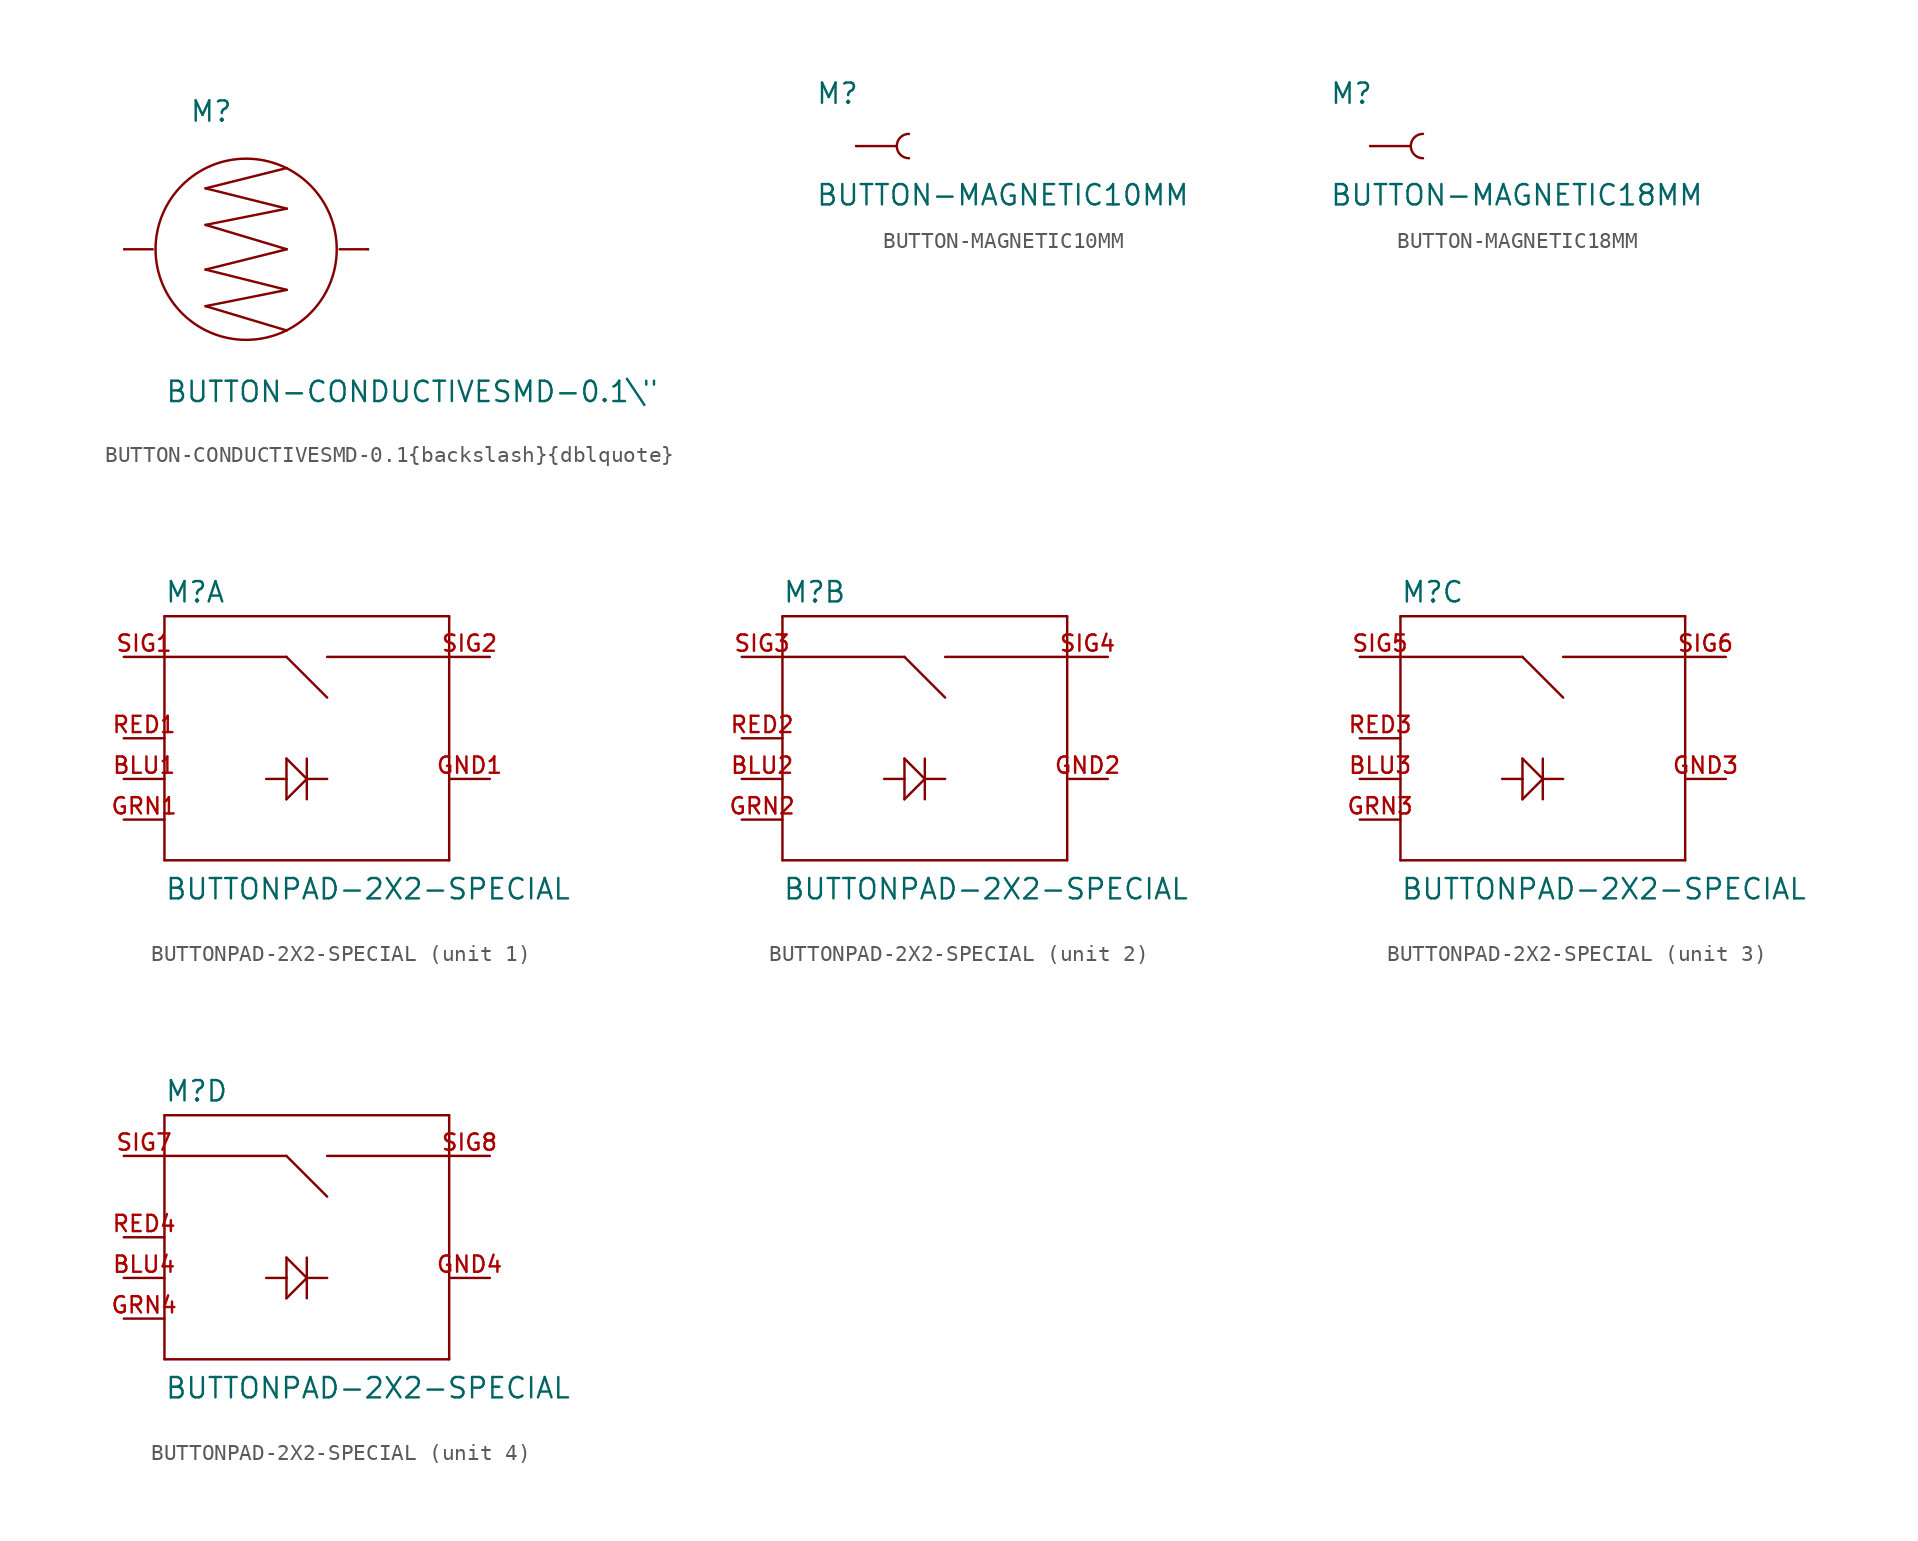
<source format=kicad_sym>
(kicad_symbol_lib
  (version 20211014)
  (generator kicad_symbol_editor)
  (symbol "BUTTON-CONDUCTIVESMD-0.1{backslash}{dblquote}"
    (pin_numbers hide)
    (pin_names
      (offset 1.016) hide)
    (property "Reference" "M"
      (at -3.556 7.874 0)
      (effects (font (size 1.27 1.27)) (justify left bottom)))
    (property "Value" "BUTTON-CONDUCTIVESMD-0.1{backslash}{dblquote}"
      (at -5.08 -9.652 0)
      (effects (font (size 1.27 1.27)) (justify left bottom)))
    (property "ki_locked" ""
      (at 0 0 0)
      (effects (font (size 1.27 1.27))))
    (symbol "BUTTON-CONDUCTIVESMD-0.1{backslash}{dblquote}_1_0"
      (polyline (pts (xy -7.62 0) (xy -5.842 0)) (stroke (width 0) (type default) (color 0 0 0 0)) (fill (type none)))
      (polyline (pts (xy -2.54 -3.556) (xy 2.54 -5.08)) (stroke (width 0) (type default) (color 0 0 0 0)) (fill (type none)))
      (polyline (pts (xy -2.54 -1.27) (xy 2.54 -2.54)) (stroke (width 0) (type default) (color 0 0 0 0)) (fill (type none)))
      (polyline (pts (xy -2.54 1.524) (xy 2.54 0)) (stroke (width 0) (type default) (color 0 0 0 0)) (fill (type none)))
      (polyline (pts (xy -2.54 3.81) (xy 2.54 5.08)) (stroke (width 0) (type default) (color 0 0 0 0)) (fill (type none)))
      (polyline (pts (xy 2.54 -2.54) (xy -2.54 -3.556)) (stroke (width 0) (type default) (color 0 0 0 0)) (fill (type none)))
      (polyline (pts (xy 2.54 0) (xy -2.54 -1.27)) (stroke (width 0) (type default) (color 0 0 0 0)) (fill (type none)))
      (polyline (pts (xy 2.54 2.54) (xy -2.54 1.524)) (stroke (width 0) (type default) (color 0 0 0 0)) (fill (type none)))
      (polyline (pts (xy 2.54 2.54) (xy -2.54 3.81)) (stroke (width 0) (type default) (color 0 0 0 0)) (fill (type none)))
      (polyline (pts (xy 7.62 0) (xy 5.842 0)) (stroke (width 0) (type default) (color 0 0 0 0)) (fill (type none))))
    (symbol "BUTTON-CONDUCTIVESMD-0.1{backslash}{dblquote}_1_1"
      (circle (center 0 0) (radius 5.664) (stroke (width 0) (type default) (color 0 0 0 0)) (fill (type none)))
      (pin passive line (at -7.62 0 0) (length 0) (name "1" (effects (font (size 1.016 1.016)))) (number "1" (effects (font (size 1.016 1.016)))))
      (pin passive line (at 7.62 0 180) (length 0) (name "2" (effects (font (size 1.016 1.016)))) (number "2" (effects (font (size 1.016 1.016)))))))
  (symbol "BUTTON-MAGNETIC10MM"
    (pin_numbers hide)
    (pin_names
      (offset 1.016) hide)
    (property "Reference" "M"
      (at -5.08 2.54 0)
      (effects (font (size 1.27 1.27)) (justify left bottom)))
    (property "Value" "BUTTON-MAGNETIC10MM"
      (at -5.08 -3.81 0)
      (effects (font (size 1.27 1.27)) (justify left bottom)))
    (property "ki_locked" ""
      (at 0 0 0)
      (effects (font (size 1.27 1.27))))
    (symbol "BUTTON-MAGNETIC10MM_1_0"
      (polyline (pts (xy 0 0) (xy -2.54 0)) (stroke (width 0) (type default) (color 0 0 0 0)) (fill (type none))))
    (symbol "BUTTON-MAGNETIC10MM_1_1"
      (arc (start 0.762 0.762) (mid 0 0) (end 0.762 -0.762) (stroke (width 0) (type default) (color 0 0 0 0)) (fill (type none)))
      (pin bidirectional line (at -2.54 0 180) (length 0) (name "1" (effects (font (size 1.016 1.016)))) (number "1" (effects (font (size 1.016 1.016)))))))
  (symbol "BUTTON-MAGNETIC18MM"
    (pin_numbers hide)
    (pin_names
      (offset 1.016) hide)
    (property "Reference" "M"
      (at -5.08 2.54 0)
      (effects (font (size 1.27 1.27)) (justify left bottom)))
    (property "Value" "BUTTON-MAGNETIC18MM"
      (at -5.08 -3.81 0)
      (effects (font (size 1.27 1.27)) (justify left bottom)))
    (property "ki_locked" ""
      (at 0 0 0)
      (effects (font (size 1.27 1.27))))
    (symbol "BUTTON-MAGNETIC18MM_1_0"
      (polyline (pts (xy 0 0) (xy -2.54 0)) (stroke (width 0) (type default) (color 0 0 0 0)) (fill (type none))))
    (symbol "BUTTON-MAGNETIC18MM_1_1"
      (arc (start 0.762 0.762) (mid 0 0) (end 0.762 -0.762) (stroke (width 0) (type default) (color 0 0 0 0)) (fill (type none)))
      (pin bidirectional line (at -2.54 0 180) (length 0) (name "1" (effects (font (size 1.016 1.016)))) (number "1" (effects (font (size 1.016 1.016)))))))
  (symbol "BUTTONPAD-2X2-SPECIAL"
    (pin_names
      (offset 1.016) hide)
    (property "Reference" "M"
      (at -7.62 8.382 0)
      (effects (font (size 1.27 1.27)) (justify left bottom)))
    (property "Value" "BUTTONPAD-2X2-SPECIAL"
      (at -7.62 -10.16 0)
      (effects (font (size 1.27 1.27)) (justify left bottom)))
    (property "ki_locked" ""
      (at 0 0 0)
      (effects (font (size 1.27 1.27))))
    (symbol "BUTTONPAD-2X2-SPECIAL_1_0"
      (polyline (pts (xy -7.62 -7.62) (xy -7.62 5.08)) (stroke (width 0) (type default) (color 0 0 0 0)) (fill (type none)))
      (polyline (pts (xy -7.62 5.08) (xy -7.62 7.62)) (stroke (width 0) (type default) (color 0 0 0 0)) (fill (type none)))
      (polyline (pts (xy -7.62 5.08) (xy 0 5.08)) (stroke (width 0) (type default) (color 0 0 0 0)) (fill (type none)))
      (polyline (pts (xy -7.62 7.62) (xy 10.16 7.62)) (stroke (width 0) (type default) (color 0 0 0 0)) (fill (type none)))
      (polyline (pts (xy 0 -3.81) (xy 1.27 -2.54)) (stroke (width 0) (type default) (color 0 0 0 0)) (fill (type none)))
      (polyline (pts (xy 0 -2.54) (xy -1.27 -2.54)) (stroke (width 0) (type default) (color 0 0 0 0)) (fill (type none)))
      (polyline (pts (xy 0 -2.54) (xy 0 -3.81)) (stroke (width 0) (type default) (color 0 0 0 0)) (fill (type none)))
      (polyline (pts (xy 0 -1.27) (xy 0 -2.54)) (stroke (width 0) (type default) (color 0 0 0 0)) (fill (type none)))
      (polyline (pts (xy 0 5.08) (xy 2.54 2.54)) (stroke (width 0) (type default) (color 0 0 0 0)) (fill (type none)))
      (polyline (pts (xy 1.27 -2.54) (xy 0 -1.27)) (stroke (width 0) (type default) (color 0 0 0 0)) (fill (type none)))
      (polyline (pts (xy 1.27 -2.54) (xy 1.27 -3.81)) (stroke (width 0) (type default) (color 0 0 0 0)) (fill (type none)))
      (polyline (pts (xy 1.27 -2.54) (xy 2.54 -2.54)) (stroke (width 0) (type default) (color 0 0 0 0)) (fill (type none)))
      (polyline (pts (xy 1.27 -1.27) (xy 1.27 -2.54)) (stroke (width 0) (type default) (color 0 0 0 0)) (fill (type none)))
      (polyline (pts (xy 2.54 5.08) (xy 10.16 5.08)) (stroke (width 0) (type default) (color 0 0 0 0)) (fill (type none)))
      (polyline (pts (xy 10.16 -7.62) (xy -7.62 -7.62)) (stroke (width 0) (type default) (color 0 0 0 0)) (fill (type none)))
      (polyline (pts (xy 10.16 5.08) (xy 10.16 -7.62)) (stroke (width 0) (type default) (color 0 0 0 0)) (fill (type none)))
      (polyline (pts (xy 10.16 7.62) (xy 10.16 5.08)) (stroke (width 0) (type default) (color 0 0 0 0)) (fill (type none))))
    (symbol "BUTTONPAD-2X2-SPECIAL_1_1"
      (pin bidirectional line (at -10.16 -2.54 0) (length 2.54) (name "BLU" (effects (font (size 1.016 1.016)))) (number "BLU1" (effects (font (size 1.016 1.016)))))
      (pin bidirectional line (at 12.7 -2.54 180) (length 2.54) (name "GND" (effects (font (size 1.016 1.016)))) (number "GND1" (effects (font (size 1.016 1.016)))))
      (pin bidirectional line (at -10.16 -5.08 0) (length 2.54) (name "GRN" (effects (font (size 1.016 1.016)))) (number "GRN1" (effects (font (size 1.016 1.016)))))
      (pin bidirectional line (at -10.16 0 0) (length 2.54) (name "RED" (effects (font (size 1.016 1.016)))) (number "RED1" (effects (font (size 1.016 1.016)))))
      (pin bidirectional line (at -10.16 5.08 0) (length 2.54) (name "SIG1" (effects (font (size 1.016 1.016)))) (number "SIG1" (effects (font (size 1.016 1.016)))))
      (pin bidirectional line (at 12.7 5.08 180) (length 2.54) (name "SIG2" (effects (font (size 1.016 1.016)))) (number "SIG2" (effects (font (size 1.016 1.016))))))
    (symbol "BUTTONPAD-2X2-SPECIAL_2_0"
      (polyline (pts (xy -7.62 -7.62) (xy -7.62 5.08)) (stroke (width 0) (type default) (color 0 0 0 0)) (fill (type none)))
      (polyline (pts (xy -7.62 5.08) (xy -7.62 7.62)) (stroke (width 0) (type default) (color 0 0 0 0)) (fill (type none)))
      (polyline (pts (xy -7.62 5.08) (xy 0 5.08)) (stroke (width 0) (type default) (color 0 0 0 0)) (fill (type none)))
      (polyline (pts (xy -7.62 7.62) (xy 10.16 7.62)) (stroke (width 0) (type default) (color 0 0 0 0)) (fill (type none)))
      (polyline (pts (xy 0 -3.81) (xy 1.27 -2.54)) (stroke (width 0) (type default) (color 0 0 0 0)) (fill (type none)))
      (polyline (pts (xy 0 -2.54) (xy -1.27 -2.54)) (stroke (width 0) (type default) (color 0 0 0 0)) (fill (type none)))
      (polyline (pts (xy 0 -2.54) (xy 0 -3.81)) (stroke (width 0) (type default) (color 0 0 0 0)) (fill (type none)))
      (polyline (pts (xy 0 -1.27) (xy 0 -2.54)) (stroke (width 0) (type default) (color 0 0 0 0)) (fill (type none)))
      (polyline (pts (xy 0 5.08) (xy 2.54 2.54)) (stroke (width 0) (type default) (color 0 0 0 0)) (fill (type none)))
      (polyline (pts (xy 1.27 -2.54) (xy 0 -1.27)) (stroke (width 0) (type default) (color 0 0 0 0)) (fill (type none)))
      (polyline (pts (xy 1.27 -2.54) (xy 1.27 -3.81)) (stroke (width 0) (type default) (color 0 0 0 0)) (fill (type none)))
      (polyline (pts (xy 1.27 -2.54) (xy 2.54 -2.54)) (stroke (width 0) (type default) (color 0 0 0 0)) (fill (type none)))
      (polyline (pts (xy 1.27 -1.27) (xy 1.27 -2.54)) (stroke (width 0) (type default) (color 0 0 0 0)) (fill (type none)))
      (polyline (pts (xy 2.54 5.08) (xy 10.16 5.08)) (stroke (width 0) (type default) (color 0 0 0 0)) (fill (type none)))
      (polyline (pts (xy 10.16 -7.62) (xy -7.62 -7.62)) (stroke (width 0) (type default) (color 0 0 0 0)) (fill (type none)))
      (polyline (pts (xy 10.16 5.08) (xy 10.16 -7.62)) (stroke (width 0) (type default) (color 0 0 0 0)) (fill (type none)))
      (polyline (pts (xy 10.16 7.62) (xy 10.16 5.08)) (stroke (width 0) (type default) (color 0 0 0 0)) (fill (type none))))
    (symbol "BUTTONPAD-2X2-SPECIAL_2_1"
      (pin bidirectional line (at -10.16 -2.54 0) (length 2.54) (name "BLU" (effects (font (size 1.016 1.016)))) (number "BLU2" (effects (font (size 1.016 1.016)))))
      (pin bidirectional line (at 12.7 -2.54 180) (length 2.54) (name "GND" (effects (font (size 1.016 1.016)))) (number "GND2" (effects (font (size 1.016 1.016)))))
      (pin bidirectional line (at -10.16 -5.08 0) (length 2.54) (name "GRN" (effects (font (size 1.016 1.016)))) (number "GRN2" (effects (font (size 1.016 1.016)))))
      (pin bidirectional line (at -10.16 0 0) (length 2.54) (name "RED" (effects (font (size 1.016 1.016)))) (number "RED2" (effects (font (size 1.016 1.016)))))
      (pin bidirectional line (at -10.16 5.08 0) (length 2.54) (name "SIG1" (effects (font (size 1.016 1.016)))) (number "SIG3" (effects (font (size 1.016 1.016)))))
      (pin bidirectional line (at 12.7 5.08 180) (length 2.54) (name "SIG2" (effects (font (size 1.016 1.016)))) (number "SIG4" (effects (font (size 1.016 1.016))))))
    (symbol "BUTTONPAD-2X2-SPECIAL_3_0"
      (polyline (pts (xy -7.62 -7.62) (xy -7.62 5.08)) (stroke (width 0) (type default) (color 0 0 0 0)) (fill (type none)))
      (polyline (pts (xy -7.62 5.08) (xy -7.62 7.62)) (stroke (width 0) (type default) (color 0 0 0 0)) (fill (type none)))
      (polyline (pts (xy -7.62 5.08) (xy 0 5.08)) (stroke (width 0) (type default) (color 0 0 0 0)) (fill (type none)))
      (polyline (pts (xy -7.62 7.62) (xy 10.16 7.62)) (stroke (width 0) (type default) (color 0 0 0 0)) (fill (type none)))
      (polyline (pts (xy 0 -3.81) (xy 1.27 -2.54)) (stroke (width 0) (type default) (color 0 0 0 0)) (fill (type none)))
      (polyline (pts (xy 0 -2.54) (xy -1.27 -2.54)) (stroke (width 0) (type default) (color 0 0 0 0)) (fill (type none)))
      (polyline (pts (xy 0 -2.54) (xy 0 -3.81)) (stroke (width 0) (type default) (color 0 0 0 0)) (fill (type none)))
      (polyline (pts (xy 0 -1.27) (xy 0 -2.54)) (stroke (width 0) (type default) (color 0 0 0 0)) (fill (type none)))
      (polyline (pts (xy 0 5.08) (xy 2.54 2.54)) (stroke (width 0) (type default) (color 0 0 0 0)) (fill (type none)))
      (polyline (pts (xy 1.27 -2.54) (xy 0 -1.27)) (stroke (width 0) (type default) (color 0 0 0 0)) (fill (type none)))
      (polyline (pts (xy 1.27 -2.54) (xy 1.27 -3.81)) (stroke (width 0) (type default) (color 0 0 0 0)) (fill (type none)))
      (polyline (pts (xy 1.27 -2.54) (xy 2.54 -2.54)) (stroke (width 0) (type default) (color 0 0 0 0)) (fill (type none)))
      (polyline (pts (xy 1.27 -1.27) (xy 1.27 -2.54)) (stroke (width 0) (type default) (color 0 0 0 0)) (fill (type none)))
      (polyline (pts (xy 2.54 5.08) (xy 10.16 5.08)) (stroke (width 0) (type default) (color 0 0 0 0)) (fill (type none)))
      (polyline (pts (xy 10.16 -7.62) (xy -7.62 -7.62)) (stroke (width 0) (type default) (color 0 0 0 0)) (fill (type none)))
      (polyline (pts (xy 10.16 5.08) (xy 10.16 -7.62)) (stroke (width 0) (type default) (color 0 0 0 0)) (fill (type none)))
      (polyline (pts (xy 10.16 7.62) (xy 10.16 5.08)) (stroke (width 0) (type default) (color 0 0 0 0)) (fill (type none))))
    (symbol "BUTTONPAD-2X2-SPECIAL_3_1"
      (pin bidirectional line (at -10.16 -2.54 0) (length 2.54) (name "BLU" (effects (font (size 1.016 1.016)))) (number "BLU3" (effects (font (size 1.016 1.016)))))
      (pin bidirectional line (at 12.7 -2.54 180) (length 2.54) (name "GND" (effects (font (size 1.016 1.016)))) (number "GND3" (effects (font (size 1.016 1.016)))))
      (pin bidirectional line (at -10.16 -5.08 0) (length 2.54) (name "GRN" (effects (font (size 1.016 1.016)))) (number "GRN3" (effects (font (size 1.016 1.016)))))
      (pin bidirectional line (at -10.16 0 0) (length 2.54) (name "RED" (effects (font (size 1.016 1.016)))) (number "RED3" (effects (font (size 1.016 1.016)))))
      (pin bidirectional line (at -10.16 5.08 0) (length 2.54) (name "SIG1" (effects (font (size 1.016 1.016)))) (number "SIG5" (effects (font (size 1.016 1.016)))))
      (pin bidirectional line (at 12.7 5.08 180) (length 2.54) (name "SIG2" (effects (font (size 1.016 1.016)))) (number "SIG6" (effects (font (size 1.016 1.016))))))
    (symbol "BUTTONPAD-2X2-SPECIAL_4_0"
      (polyline (pts (xy -7.62 -7.62) (xy -7.62 5.08)) (stroke (width 0) (type default) (color 0 0 0 0)) (fill (type none)))
      (polyline (pts (xy -7.62 5.08) (xy -7.62 7.62)) (stroke (width 0) (type default) (color 0 0 0 0)) (fill (type none)))
      (polyline (pts (xy -7.62 5.08) (xy 0 5.08)) (stroke (width 0) (type default) (color 0 0 0 0)) (fill (type none)))
      (polyline (pts (xy -7.62 7.62) (xy 10.16 7.62)) (stroke (width 0) (type default) (color 0 0 0 0)) (fill (type none)))
      (polyline (pts (xy 0 -3.81) (xy 1.27 -2.54)) (stroke (width 0) (type default) (color 0 0 0 0)) (fill (type none)))
      (polyline (pts (xy 0 -2.54) (xy -1.27 -2.54)) (stroke (width 0) (type default) (color 0 0 0 0)) (fill (type none)))
      (polyline (pts (xy 0 -2.54) (xy 0 -3.81)) (stroke (width 0) (type default) (color 0 0 0 0)) (fill (type none)))
      (polyline (pts (xy 0 -1.27) (xy 0 -2.54)) (stroke (width 0) (type default) (color 0 0 0 0)) (fill (type none)))
      (polyline (pts (xy 0 5.08) (xy 2.54 2.54)) (stroke (width 0) (type default) (color 0 0 0 0)) (fill (type none)))
      (polyline (pts (xy 1.27 -2.54) (xy 0 -1.27)) (stroke (width 0) (type default) (color 0 0 0 0)) (fill (type none)))
      (polyline (pts (xy 1.27 -2.54) (xy 1.27 -3.81)) (stroke (width 0) (type default) (color 0 0 0 0)) (fill (type none)))
      (polyline (pts (xy 1.27 -2.54) (xy 2.54 -2.54)) (stroke (width 0) (type default) (color 0 0 0 0)) (fill (type none)))
      (polyline (pts (xy 1.27 -1.27) (xy 1.27 -2.54)) (stroke (width 0) (type default) (color 0 0 0 0)) (fill (type none)))
      (polyline (pts (xy 2.54 5.08) (xy 10.16 5.08)) (stroke (width 0) (type default) (color 0 0 0 0)) (fill (type none)))
      (polyline (pts (xy 10.16 -7.62) (xy -7.62 -7.62)) (stroke (width 0) (type default) (color 0 0 0 0)) (fill (type none)))
      (polyline (pts (xy 10.16 5.08) (xy 10.16 -7.62)) (stroke (width 0) (type default) (color 0 0 0 0)) (fill (type none)))
      (polyline (pts (xy 10.16 7.62) (xy 10.16 5.08)) (stroke (width 0) (type default) (color 0 0 0 0)) (fill (type none))))
    (symbol "BUTTONPAD-2X2-SPECIAL_4_1"
      (pin bidirectional line (at -10.16 -2.54 0) (length 2.54) (name "BLU" (effects (font (size 1.016 1.016)))) (number "BLU4" (effects (font (size 1.016 1.016)))))
      (pin bidirectional line (at 12.7 -2.54 180) (length 2.54) (name "GND" (effects (font (size 1.016 1.016)))) (number "GND4" (effects (font (size 1.016 1.016)))))
      (pin bidirectional line (at -10.16 -5.08 0) (length 2.54) (name "GRN" (effects (font (size 1.016 1.016)))) (number "GRN4" (effects (font (size 1.016 1.016)))))
      (pin bidirectional line (at -10.16 0 0) (length 2.54) (name "RED" (effects (font (size 1.016 1.016)))) (number "RED4" (effects (font (size 1.016 1.016)))))
      (pin bidirectional line (at -10.16 5.08 0) (length 2.54) (name "SIG1" (effects (font (size 1.016 1.016)))) (number "SIG7" (effects (font (size 1.016 1.016)))))
      (pin bidirectional line (at 12.7 5.08 180) (length 2.54) (name "SIG2" (effects (font (size 1.016 1.016)))) (number "SIG8" (effects (font (size 1.016 1.016))))))))
</source>
